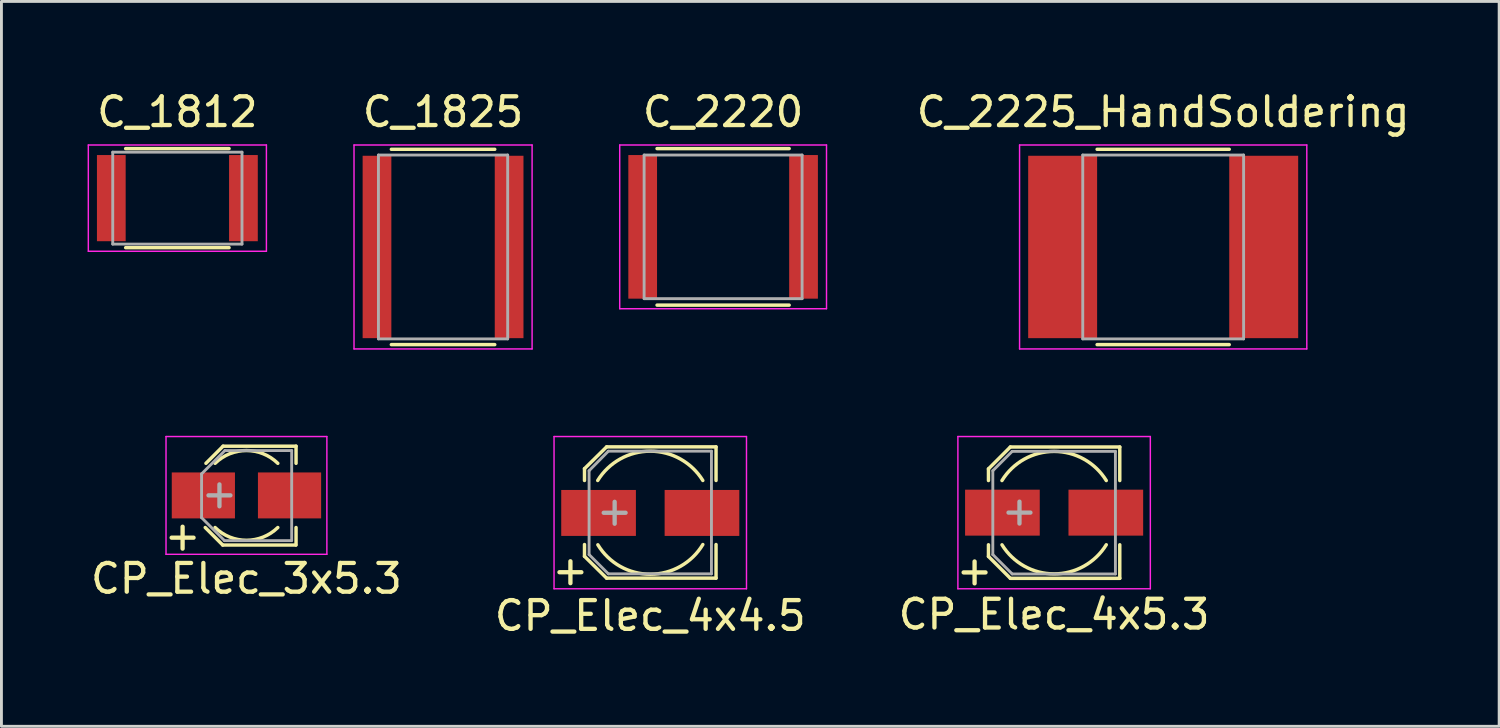
<source format=kicad_pcb>
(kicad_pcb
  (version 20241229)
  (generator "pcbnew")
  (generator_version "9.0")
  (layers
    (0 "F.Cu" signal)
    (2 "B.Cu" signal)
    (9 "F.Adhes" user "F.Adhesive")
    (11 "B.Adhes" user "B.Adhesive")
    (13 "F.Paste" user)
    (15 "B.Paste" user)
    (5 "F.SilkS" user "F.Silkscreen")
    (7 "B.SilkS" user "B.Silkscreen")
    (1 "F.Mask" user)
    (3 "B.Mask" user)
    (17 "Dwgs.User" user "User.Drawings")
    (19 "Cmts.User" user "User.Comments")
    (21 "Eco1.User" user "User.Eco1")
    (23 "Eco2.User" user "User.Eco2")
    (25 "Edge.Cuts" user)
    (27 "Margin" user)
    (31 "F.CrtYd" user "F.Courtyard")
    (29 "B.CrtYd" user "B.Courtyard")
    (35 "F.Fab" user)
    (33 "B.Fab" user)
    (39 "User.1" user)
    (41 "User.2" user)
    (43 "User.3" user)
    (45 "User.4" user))
  (footprint "CP_Elec_4x4.5"
    (layer "F.Cu")
    (at 19.589 14.808)
    (property "Reference" "CP_Elec_4x4.5" (at 0 3.58 180) (layer "F.SilkS") (effects (font (size 1 1) (thickness 0.15))))
    (attr smd)
    (fp_line (start -2.29 -1.54) (end -2.29 -1.13) (stroke (width 0.12) (type solid)) (layer "F.SilkS"))
    (fp_line (start -2.29 1.51) (end -2.29 1.1) (stroke (width 0.12) (type solid)) (layer "F.SilkS"))
    (fp_line (start -1.52 -2.3) (end -2.29 -1.54) (stroke (width 0.12) (type solid)) (layer "F.SilkS"))
    (fp_line (start -1.52 -2.3) (end 2.29 -2.3) (stroke (width 0.12) (type solid)) (layer "F.SilkS"))
    (fp_line (start -1.52 2.27) (end -2.29 1.51) (stroke (width 0.12) (type solid)) (layer "F.SilkS"))
    (fp_line (start -1.52 2.27) (end 2.29 2.27) (stroke (width 0.12) (type solid)) (layer "F.SilkS"))
    (fp_line (start 2.29 -2.3) (end 2.29 -1.13) (stroke (width 0.12) (type solid)) (layer "F.SilkS"))
    (fp_line (start 2.29 2.27) (end 2.29 1.1) (stroke (width 0.12) (type solid)) (layer "F.SilkS"))
    (fp_arc (start -1.83 -1.13) (mid -0.000196 -2.150767) (end 1.829793 -1.130334) (stroke (width 0.12) (type solid)) (layer "F.SilkS"))
    (fp_arc (start 1.83 1.1) (mid 0.005225 2.135152) (end -1.824594 1.108944) (stroke (width 0.12) (type solid)) (layer "F.SilkS"))
    (fp_line (start -3.35 -2.66) (end -3.35 2.64) (stroke (width 0.05) (type solid)) (layer "F.CrtYd"))
    (fp_line (start -3.35 2.64) (end 3.35 2.64) (stroke (width 0.05) (type solid)) (layer "F.CrtYd"))
    (fp_line (start 3.35 -2.66) (end -3.35 -2.66) (stroke (width 0.05) (type solid)) (layer "F.CrtYd"))
    (fp_line (start 3.35 2.64) (end 3.35 -2.66) (stroke (width 0.05) (type solid)) (layer "F.CrtYd"))
    (fp_line (start -2.13 -1.47) (end -2.13 1.45) (stroke (width 0.1) (type solid)) (layer "F.Fab"))
    (fp_line (start -2.13 1.45) (end -1.46 2.12) (stroke (width 0.1) (type solid)) (layer "F.Fab"))
    (fp_line (start -1.46 -2.15) (end -2.13 -1.47) (stroke (width 0.1) (type solid)) (layer "F.Fab"))
    (fp_line (start -1.46 2.12) (end 2.13 2.12) (stroke (width 0.1) (type solid)) (layer "F.Fab"))
    (fp_line (start 2.13 -2.15) (end -1.46 -2.15) (stroke (width 0.1) (type solid)) (layer "F.Fab"))
    (fp_line (start 2.13 2.12) (end 2.13 -2.15) (stroke (width 0.1) (type solid)) (layer "F.Fab"))
    (fp_text user "+" (at -2.78 1.99 180) (layer "F.SilkS") (effects (font (size 1 1) (thickness 0.15))))
    (fp_text user "+" (at -1.24 -0.08 0) (layer "F.Fab") (effects (font (size 1 1) (thickness 0.15))))
    (pad "1" smd rect (at -1.8 0 180) (size 2.6 1.6) (layers "F.Cu" "F.Mask" "F.Paste"))
    (pad "2" smd rect (at 1.8 0 180) (size 2.6 1.6) (layers "F.Cu" "F.Mask" "F.Paste")))
  (footprint "C_2220"
    (layer "F.Cu")
    (at 22.125 4.848)
    (property "Reference" "C_2220" (at 0 -4 0) (layer "F.SilkS") (effects (font (size 1 1) (thickness 0.15))))
    (attr smd)
    (fp_line (start -2.3 2.725) (end 2.3 2.725) (stroke (width 0.12) (type solid)) (layer "F.SilkS"))
    (fp_line (start 2.3 -2.725) (end -2.3 -2.725) (stroke (width 0.12) (type solid)) (layer "F.SilkS"))
    (fp_line (start -3.6 -2.85) (end -3.6 2.85) (stroke (width 0.05) (type solid)) (layer "F.CrtYd"))
    (fp_line (start -3.6 -2.85) (end 3.6 -2.85) (stroke (width 0.05) (type solid)) (layer "F.CrtYd"))
    (fp_line (start -3.6 2.85) (end 3.6 2.85) (stroke (width 0.05) (type solid)) (layer "F.CrtYd"))
    (fp_line (start 3.6 -2.85) (end 3.6 2.85) (stroke (width 0.05) (type solid)) (layer "F.CrtYd"))
    (fp_line (start -2.75 -2.5) (end 2.75 -2.5) (stroke (width 0.1) (type solid)) (layer "F.Fab"))
    (fp_line (start -2.75 2.5) (end -2.75 -2.5) (stroke (width 0.1) (type solid)) (layer "F.Fab"))
    (fp_line (start 2.75 -2.5) (end 2.75 2.5) (stroke (width 0.1) (type solid)) (layer "F.Fab"))
    (fp_line (start 2.75 2.5) (end -2.75 2.5) (stroke (width 0.1) (type solid)) (layer "F.Fab"))
    (pad "1" smd rect (at -2.8 0) (size 1 5) (layers "F.Cu" "F.Mask" "F.Paste"))
    (pad "2" smd rect (at 2.8 0) (size 1 5) (layers "F.Cu" "F.Mask" "F.Paste")))
  (footprint "CP_Elec_3x5.3"
    (layer "F.Cu")
    (at 5.53 14.198)
    (property "Reference" "CP_Elec_3x5.3" (at 0 2.896 0) (layer "F.SilkS") (effects (font (size 1 1) (thickness 0.15))))
    (attr smd)
    (fp_line (start -0.826 1.727) (end -1.435 1.118) (stroke (width 0.12) (type solid)) (layer "F.SilkS"))
    (fp_line (start -0.826 1.727) (end 1.714 1.727) (stroke (width 0.12) (type solid)) (layer "F.SilkS"))
    (fp_line (start -0.813 -1.714) (end -1.41 -1.118) (stroke (width 0.12) (type solid)) (layer "F.SilkS"))
    (fp_line (start 1.727 -1.714) (end -0.813 -1.714) (stroke (width 0.12) (type solid)) (layer "F.SilkS"))
    (fp_line (start 1.727 -1.714) (end 1.727 -1.118) (stroke (width 0.12) (type solid)) (layer "F.SilkS"))
    (fp_line (start 1.727 1.727) (end 1.727 1.118) (stroke (width 0.12) (type solid)) (layer "F.SilkS"))
    (fp_arc (start -1.0922 -1.1176) (mid 0.000233 -1.562668) (end 1.092533 -1.117274) (stroke (width 0.12) (type solid)) (layer "F.SilkS"))
    (fp_arc (start 1.0922 1.1176) (mid -0.000233 1.562668) (end -1.092533 1.117274) (stroke (width 0.12) (type solid)) (layer "F.SilkS"))
    (fp_line (start -2.8 -2.05) (end -2.8 2.05) (stroke (width 0.05) (type solid)) (layer "F.CrtYd"))
    (fp_line (start -2.8 2.05) (end 2.8 2.05) (stroke (width 0.05) (type solid)) (layer "F.CrtYd"))
    (fp_line (start 2.8 -2.05) (end -2.8 -2.05) (stroke (width 0.05) (type solid)) (layer "F.CrtYd"))
    (fp_line (start 2.8 2.05) (end 2.8 -2.05) (stroke (width 0.05) (type solid)) (layer "F.CrtYd"))
    (fp_line (start -1.562 -0.749) (end -1.562 0.775) (stroke (width 0.1) (type solid)) (layer "F.Fab"))
    (fp_line (start -0.762 1.575) (end -1.562 0.775) (stroke (width 0.1) (type solid)) (layer "F.Fab"))
    (fp_line (start -0.749 -1.562) (end -1.562 -0.749) (stroke (width 0.1) (type solid)) (layer "F.Fab"))
    (fp_line (start 1.562 1.575) (end -0.762 1.575) (stroke (width 0.1) (type solid)) (layer "F.Fab"))
    (fp_line (start 1.575 -1.562) (end -0.749 -1.562) (stroke (width 0.1) (type solid)) (layer "F.Fab"))
    (fp_line (start 1.575 1.575) (end 1.575 -1.562) (stroke (width 0.1) (type solid)) (layer "F.Fab"))
    (fp_text user "+" (at -2.223 1.397 0) (layer "F.SilkS") (effects (font (size 1 1) (thickness 0.15))))
    (fp_text user "+" (at -0.94 -0.076 0) (layer "F.Fab") (effects (font (size 1 1) (thickness 0.15))))
    (pad "1" smd rect (at -1.5 0) (size 2.2 1.6) (layers "F.Cu" "F.Mask" "F.Paste"))
    (pad "2" smd rect (at 1.5 0) (size 2.2 1.6) (layers "F.Cu" "F.Mask" "F.Paste")))
  (footprint "C_1812"
    (layer "F.Cu")
    (at 3.125 3.848)
    (property "Reference" "C_1812" (at 0 -3 0) (layer "F.SilkS") (effects (font (size 1 1) (thickness 0.15))))
    (attr smd)
    (fp_line (start -1.8 1.725) (end 1.8 1.725) (stroke (width 0.12) (type solid)) (layer "F.SilkS"))
    (fp_line (start 1.8 -1.725) (end -1.8 -1.725) (stroke (width 0.12) (type solid)) (layer "F.SilkS"))
    (fp_line (start -3.1 -1.85) (end -3.1 1.85) (stroke (width 0.05) (type solid)) (layer "F.CrtYd"))
    (fp_line (start -3.1 -1.85) (end 3.1 -1.85) (stroke (width 0.05) (type solid)) (layer "F.CrtYd"))
    (fp_line (start -3.1 1.85) (end 3.1 1.85) (stroke (width 0.05) (type solid)) (layer "F.CrtYd"))
    (fp_line (start 3.1 -1.85) (end 3.1 1.85) (stroke (width 0.05) (type solid)) (layer "F.CrtYd"))
    (fp_line (start -2.25 -1.6) (end 2.25 -1.6) (stroke (width 0.1) (type solid)) (layer "F.Fab"))
    (fp_line (start -2.25 1.6) (end -2.25 -1.6) (stroke (width 0.1) (type solid)) (layer "F.Fab"))
    (fp_line (start 2.25 -1.6) (end 2.25 1.6) (stroke (width 0.1) (type solid)) (layer "F.Fab"))
    (fp_line (start 2.25 1.6) (end -2.25 1.6) (stroke (width 0.1) (type solid)) (layer "F.Fab"))
    (pad "1" smd rect (at -2.3 0) (size 1 3) (layers "F.Cu" "F.Mask" "F.Paste"))
    (pad "2" smd rect (at 2.3 0) (size 1 3) (layers "F.Cu" "F.Mask" "F.Paste")))
  (footprint "C_1825"
    (layer "F.Cu")
    (at 12.375 5.548)
    (property "Reference" "C_1825" (at 0 -4.7 0) (layer "F.SilkS") (effects (font (size 1 1) (thickness 0.15))))
    (attr smd)
    (fp_line (start -1.8 3.4) (end 1.8 3.4) (stroke (width 0.12) (type solid)) (layer "F.SilkS"))
    (fp_line (start 1.8 -3.4) (end -1.8 -3.4) (stroke (width 0.12) (type solid)) (layer "F.SilkS"))
    (fp_line (start -3.1 -3.55) (end -3.1 3.55) (stroke (width 0.05) (type solid)) (layer "F.CrtYd"))
    (fp_line (start -3.1 -3.55) (end 3.1 -3.55) (stroke (width 0.05) (type solid)) (layer "F.CrtYd"))
    (fp_line (start -3.1 3.55) (end 3.1 3.55) (stroke (width 0.05) (type solid)) (layer "F.CrtYd"))
    (fp_line (start 3.1 -3.55) (end 3.1 3.55) (stroke (width 0.05) (type solid)) (layer "F.CrtYd"))
    (fp_line (start -2.25 -3.2) (end 2.25 -3.2) (stroke (width 0.1) (type solid)) (layer "F.Fab"))
    (fp_line (start -2.25 3.2) (end -2.25 -3.2) (stroke (width 0.1) (type solid)) (layer "F.Fab"))
    (fp_line (start 2.25 -3.2) (end 2.25 3.2) (stroke (width 0.1) (type solid)) (layer "F.Fab"))
    (fp_line (start 2.25 3.2) (end -2.25 3.2) (stroke (width 0.1) (type solid)) (layer "F.Fab"))
    (pad "1" smd rect (at -2.3 0) (size 1 6.35) (layers "F.Cu" "F.Mask" "F.Paste"))
    (pad "2" smd rect (at 2.3 0) (size 1 6.35) (layers "F.Cu" "F.Mask" "F.Paste")))
  (footprint "CP_Elec_4x5.3"
    (layer "F.Cu")
    (at 33.649 14.798)
    (property "Reference" "CP_Elec_4x5.3" (at 0 3.543 0) (layer "F.SilkS") (effects (font (size 1 1) (thickness 0.15))))
    (attr smd)
    (fp_line (start -2.286 -1.524) (end -2.286 -1.118) (stroke (width 0.12) (type solid)) (layer "F.SilkS"))
    (fp_line (start -2.286 1.524) (end -2.286 1.118) (stroke (width 0.12) (type solid)) (layer "F.SilkS"))
    (fp_line (start -1.524 -2.286) (end -2.286 -1.524) (stroke (width 0.12) (type solid)) (layer "F.SilkS"))
    (fp_line (start -1.524 -2.286) (end 2.286 -2.286) (stroke (width 0.12) (type solid)) (layer "F.SilkS"))
    (fp_line (start -1.524 2.286) (end -2.286 1.524) (stroke (width 0.12) (type solid)) (layer "F.SilkS"))
    (fp_line (start -1.524 2.286) (end 2.286 2.286) (stroke (width 0.12) (type solid)) (layer "F.SilkS"))
    (fp_line (start 2.286 -2.286) (end 2.286 -1.118) (stroke (width 0.12) (type solid)) (layer "F.SilkS"))
    (fp_line (start 2.286 2.286) (end 2.286 1.118) (stroke (width 0.12) (type solid)) (layer "F.SilkS"))
    (fp_arc (start -1.8161 -1.1176) (mid 0 -2.132428) (end 1.8161 -1.1176) (stroke (width 0.12) (type solid)) (layer "F.SilkS"))
    (fp_arc (start 1.8161 1.1176) (mid 0.001265 2.132428) (end -1.814773 1.119754) (stroke (width 0.12) (type solid)) (layer "F.SilkS"))
    (fp_line (start -3.35 -2.65) (end -3.35 2.65) (stroke (width 0.05) (type solid)) (layer "F.CrtYd"))
    (fp_line (start -3.35 2.65) (end 3.35 2.65) (stroke (width 0.05) (type solid)) (layer "F.CrtYd"))
    (fp_line (start 3.35 -2.65) (end -3.35 -2.65) (stroke (width 0.05) (type solid)) (layer "F.CrtYd"))
    (fp_line (start 3.35 2.65) (end 3.35 -2.65) (stroke (width 0.05) (type solid)) (layer "F.CrtYd"))
    (fp_line (start -2.134 -1.46) (end -2.134 1.46) (stroke (width 0.1) (type solid)) (layer "F.Fab"))
    (fp_line (start -2.134 1.46) (end -1.46 2.134) (stroke (width 0.1) (type solid)) (layer "F.Fab"))
    (fp_line (start -1.46 -2.134) (end -2.134 -1.46) (stroke (width 0.1) (type solid)) (layer "F.Fab"))
    (fp_line (start -1.46 2.134) (end 2.134 2.134) (stroke (width 0.1) (type solid)) (layer "F.Fab"))
    (fp_line (start 2.134 -2.134) (end -1.46 -2.134) (stroke (width 0.1) (type solid)) (layer "F.Fab"))
    (fp_line (start 2.134 2.134) (end 2.134 -2.134) (stroke (width 0.1) (type solid)) (layer "F.Fab"))
    (fp_text user "+" (at -2.769 2.007 0) (layer "F.SilkS") (effects (font (size 1 1) (thickness 0.15))))
    (fp_text user "+" (at -1.206 -0.076 0) (layer "F.Fab") (effects (font (size 1 1) (thickness 0.15))))
    (pad "1" smd rect (at -1.8 0 180) (size 2.6 1.6) (layers "F.Cu" "F.Mask" "F.Paste"))
    (pad "2" smd rect (at 1.8 0 180) (size 2.6 1.6) (layers "F.Cu" "F.Mask" "F.Paste")))
  (footprint "C_2225_HandSoldering"
    (layer "F.Cu")
    (at 37.446 5.548)
    (property "Reference" "C_2225_HandSoldering" (at 0 -4.7 0) (layer "F.SilkS") (effects (font (size 1 1) (thickness 0.15))))
    (attr smd)
    (fp_line (start -2.3 3.4) (end 2.3 3.4) (stroke (width 0.12) (type solid)) (layer "F.SilkS"))
    (fp_line (start 2.3 -3.4) (end -2.3 -3.4) (stroke (width 0.12) (type solid)) (layer "F.SilkS"))
    (fp_line (start -5 -3.55) (end -5 3.55) (stroke (width 0.05) (type solid)) (layer "F.CrtYd"))
    (fp_line (start -5 -3.55) (end 5 -3.55) (stroke (width 0.05) (type solid)) (layer "F.CrtYd"))
    (fp_line (start -5 3.55) (end 5 3.55) (stroke (width 0.05) (type solid)) (layer "F.CrtYd"))
    (fp_line (start 5 -3.55) (end 5 3.55) (stroke (width 0.05) (type solid)) (layer "F.CrtYd"))
    (fp_line (start -2.8 -3.2) (end 2.8 -3.2) (stroke (width 0.1) (type solid)) (layer "F.Fab"))
    (fp_line (start -2.8 3.2) (end -2.8 -3.2) (stroke (width 0.1) (type solid)) (layer "F.Fab"))
    (fp_line (start 2.8 -3.2) (end 2.8 3.2) (stroke (width 0.1) (type solid)) (layer "F.Fab"))
    (fp_line (start 2.8 3.2) (end -2.8 3.2) (stroke (width 0.1) (type solid)) (layer "F.Fab"))
    (pad "1" smd rect (at -3.5 0) (size 2.4 6.35) (layers "F.Cu" "F.Mask" "F.Paste"))
    (pad "2" smd rect (at 3.5 0) (size 2.4 6.35) (layers "F.Cu" "F.Mask" "F.Paste")))
  (gr_rect
    (start -3 -3)
    (end 49.143 22.236)
    (stroke (width 0.1) (type default))
    (fill no)
    (layer "Edge.Cuts")))
</source>
